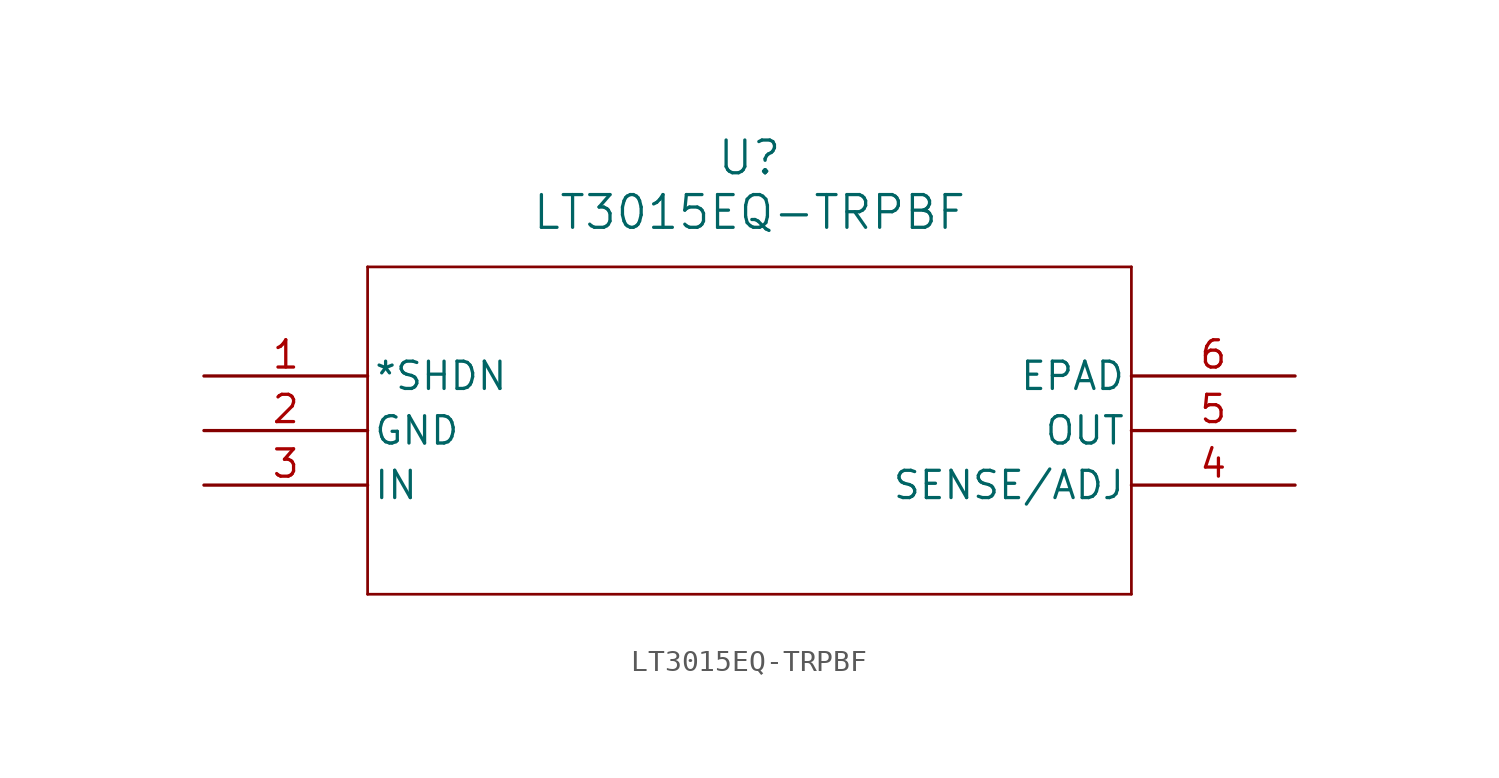
<source format=kicad_sym>
(kicad_symbol_lib
  (version 20211014)
  (generator kicad_symbol_editor)
  (symbol "LT3015EQ-TRPBF"
    (pin_names
      (offset 0.254))
    (property "Reference" "U"
      (at 25.4 10.16 0)
      (effects (font (size 1.524 1.524))))
    (property "Value" "LT3015EQ-TRPBF"
      (at 25.4 7.62 0)
      (effects (font (size 1.524 1.524))))
    (symbol "LT3015EQ-TRPBF_0_1"
      (polyline (pts (xy 7.62 5.08) (xy 7.62 -10.16)) (stroke (width 0.127) (type default) (color 0 0 0 0)) (fill (type none)))
      (polyline (pts (xy 7.62 -10.16) (xy 43.18 -10.16)) (stroke (width 0.127) (type default) (color 0 0 0 0)) (fill (type none)))
      (polyline (pts (xy 43.18 -10.16) (xy 43.18 5.08)) (stroke (width 0.127) (type default) (color 0 0 0 0)) (fill (type none)))
      (polyline (pts (xy 43.18 5.08) (xy 7.62 5.08)) (stroke (width 0.127) (type default) (color 0 0 0 0)) (fill (type none)))
      (pin bidirectional line (at 0 0 0) (length 7.62) (name "*SHDN" (effects (font (size 1.27 1.27)))) (number "1" (effects (font (size 1.27 1.27)))))
      (pin power_in line (at 0 -2.54 0) (length 7.62) (name "GND" (effects (font (size 1.27 1.27)))) (number "2" (effects (font (size 1.27 1.27)))))
      (pin input line (at 0 -5.08 0) (length 7.62) (name "IN" (effects (font (size 1.27 1.27)))) (number "3" (effects (font (size 1.27 1.27)))))
      (pin input line (at 50.8 -5.08 180) (length 7.62) (name "SENSE/ADJ" (effects (font (size 1.27 1.27)))) (number "4" (effects (font (size 1.27 1.27)))))
      (pin output line (at 50.8 -2.54 180) (length 7.62) (name "OUT" (effects (font (size 1.27 1.27)))) (number "5" (effects (font (size 1.27 1.27)))))
      (pin unspecified line (at 50.8 0 180) (length 7.62) (name "EPAD" (effects (font (size 1.27 1.27)))) (number "6" (effects (font (size 1.27 1.27))))))))
</source>
